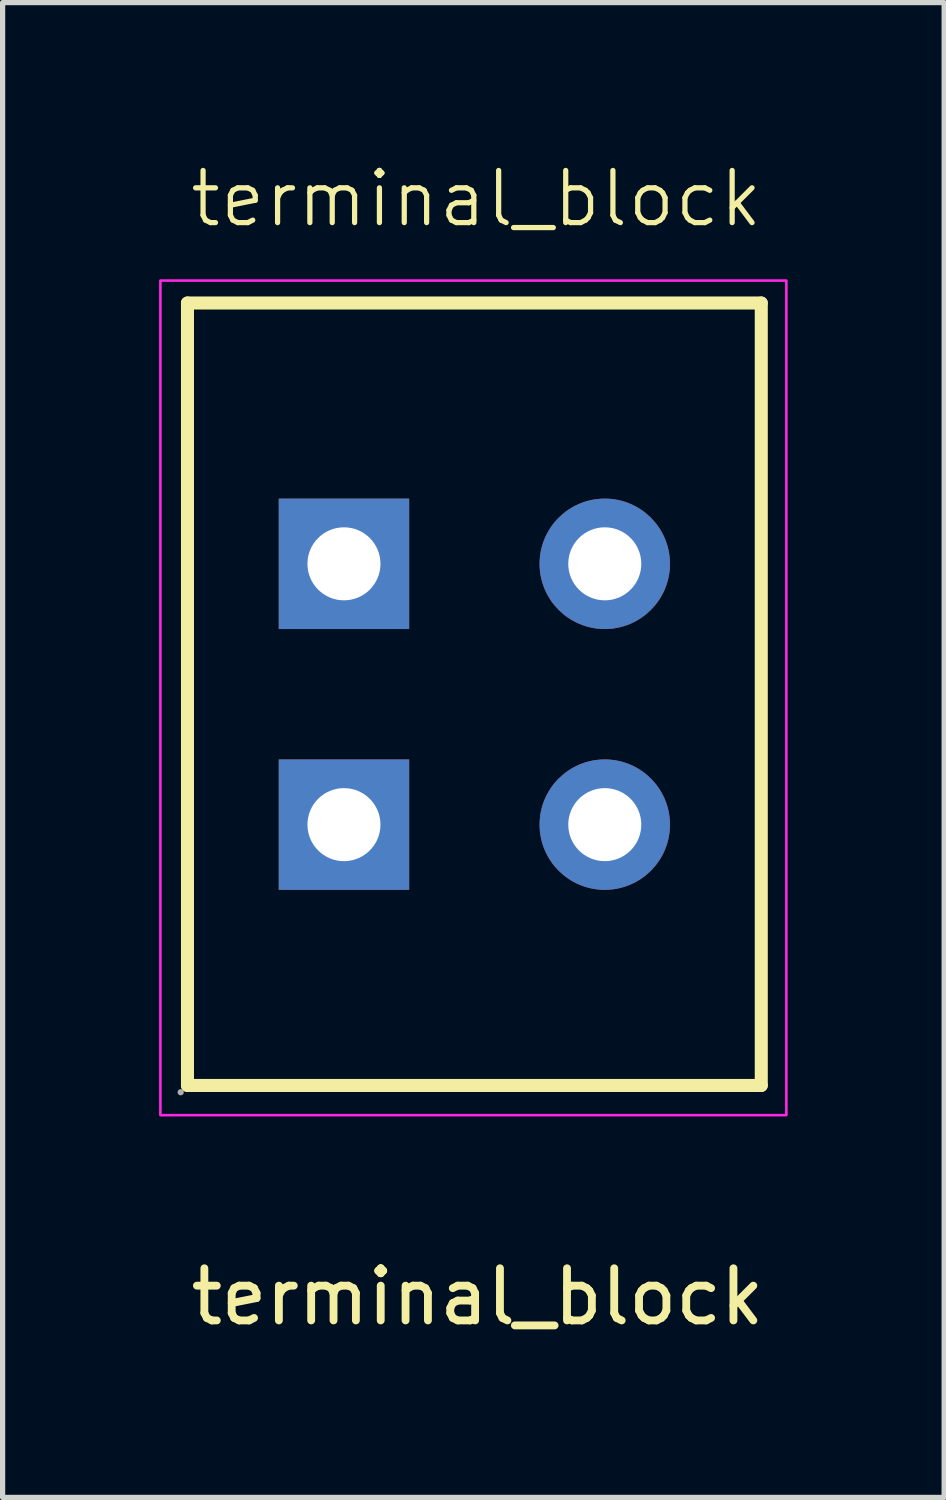
<source format=kicad_pcb>
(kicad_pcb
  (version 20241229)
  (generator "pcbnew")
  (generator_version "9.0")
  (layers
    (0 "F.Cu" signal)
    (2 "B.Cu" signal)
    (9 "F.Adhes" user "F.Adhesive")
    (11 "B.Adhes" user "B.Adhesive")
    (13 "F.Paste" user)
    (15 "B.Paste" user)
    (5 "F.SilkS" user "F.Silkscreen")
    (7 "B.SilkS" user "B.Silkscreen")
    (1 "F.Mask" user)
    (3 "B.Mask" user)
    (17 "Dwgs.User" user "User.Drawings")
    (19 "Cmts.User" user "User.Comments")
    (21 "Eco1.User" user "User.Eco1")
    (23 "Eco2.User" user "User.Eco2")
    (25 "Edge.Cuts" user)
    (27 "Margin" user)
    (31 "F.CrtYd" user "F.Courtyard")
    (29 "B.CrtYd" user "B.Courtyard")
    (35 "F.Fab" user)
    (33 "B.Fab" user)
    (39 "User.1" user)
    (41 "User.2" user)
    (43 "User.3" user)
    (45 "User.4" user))
  (footprint "terminal_block"
    (layer "F.Cu")
    (at 6.081 1.26)
    (property "Reference" "terminal_block" (at 0 -0.5 0) (unlocked yes) (layer "F.SilkS") (effects (font (size 1 1) (thickness 0.1))))
    (attr smd)
    (fp_line (start -5.537 1.499) (end -5.537 16.499) (stroke (width 0.25) (type solid)) (layer "F.SilkS"))
    (fp_line (start -5.537 1.499) (end 5.463 1.499) (stroke (width 0.25) (type solid)) (layer "F.SilkS"))
    (fp_line (start -5.537 16.499) (end 5.463 16.499) (stroke (width 0.25) (type solid)) (layer "F.SilkS"))
    (fp_line (start 5.463 1.499) (end 5.463 16.499) (stroke (width 0.25) (type solid)) (layer "F.SilkS"))
    (fp_rect (start -6.056 1.069) (end 5.944 17.069) (stroke (width 0.05) (type default)) (fill no) (layer "F.CrtYd"))
    (fp_circle (center -5.667 16.629) (end -5.637 16.629) (stroke (width 0.06) (type solid)) (fill no) (layer "F.Fab"))
    (fp_circle (center -2.537 6.499) (end -2.237 6.499) (stroke (width 0.6) (type solid)) (fill no) (layer "F.Fab"))
    (fp_circle (center -2.537 11.499) (end -2.237 11.499) (stroke (width 0.6) (type solid)) (fill no) (layer "F.Fab"))
    (fp_circle (center 2.463 6.499) (end 2.763 6.499) (stroke (width 0.6) (type solid)) (fill no) (layer "F.Fab"))
    (fp_circle (center 2.463 11.499) (end 2.763 11.499) (stroke (width 0.6) (type solid)) (fill no) (layer "F.Fab"))
    (fp_text user "${REFERENCE}" (at 0.025 20.549 0) (layer "F.SilkS") (effects (font (size 1 1) (thickness 0.15))))
    (pad "1" thru_hole rect (at -2.537 6.499) (size 2.5 2.5) (drill 1.4) (layers "*.Cu" "*.Mask"))
    (pad "1" thru_hole rect (at -2.537 11.499) (size 2.5 2.5) (drill 1.4) (layers "*.Cu" "*.Mask"))
    (pad "2" thru_hole circle (at 2.463 6.499) (size 2.5 2.5) (drill 1.4) (layers "*.Cu" "*.Mask"))
    (pad "2" thru_hole circle (at 2.463 11.499) (size 2.5 2.5) (drill 1.4) (layers "*.Cu" "*.Mask")))
  (gr_rect
    (start -3 -3)
    (end 15.05 25.657)
    (stroke (width 0.1) (type default))
    (fill no)
    (layer "Edge.Cuts")))
</source>
